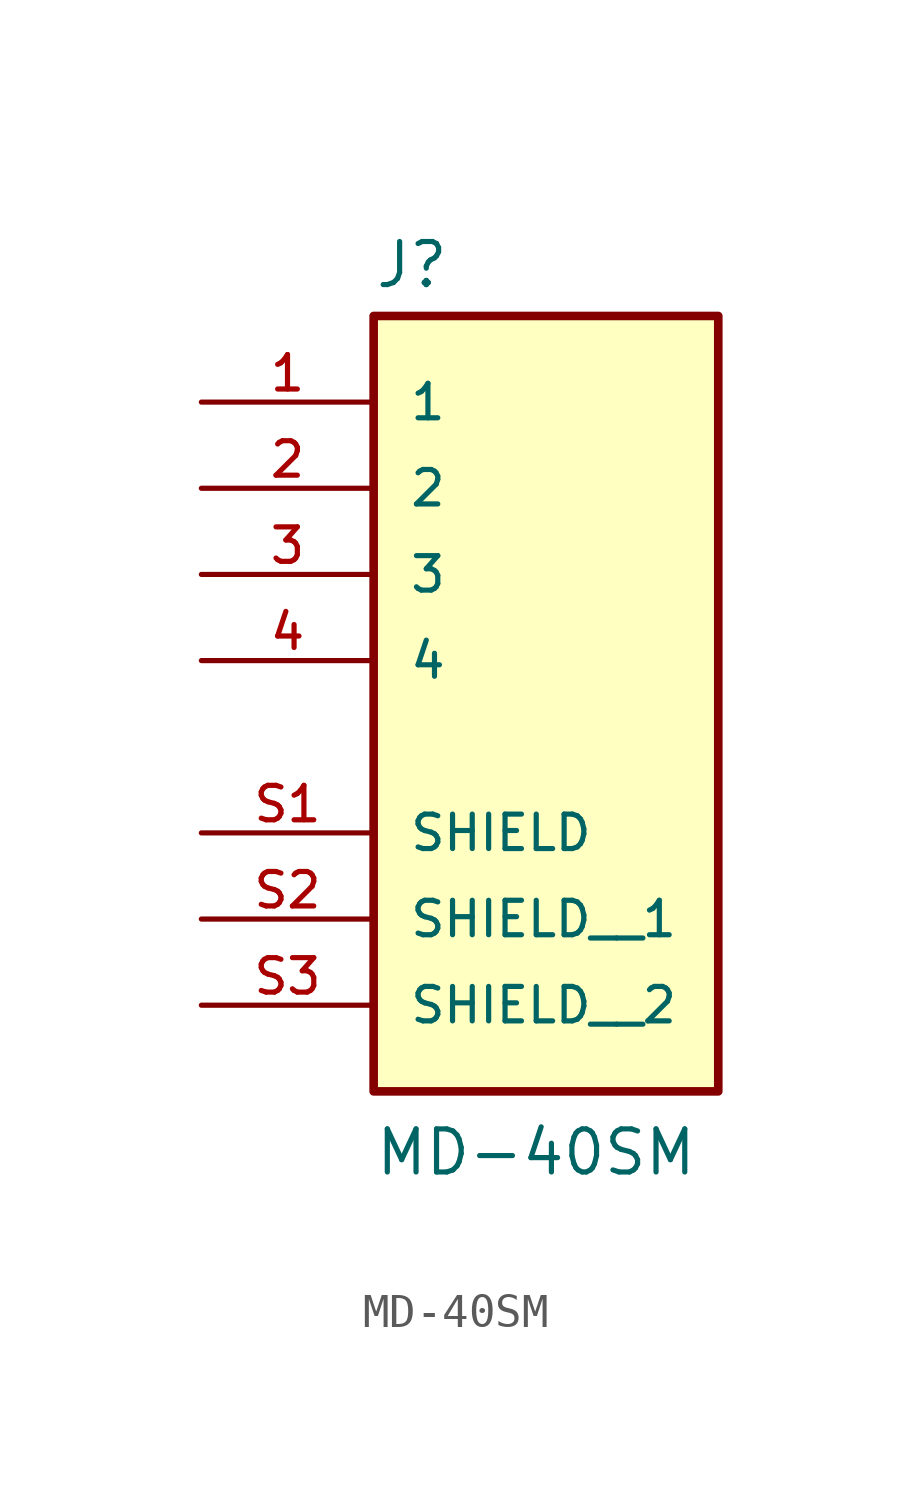
<source format=kicad_sym>
(kicad_symbol_lib
  (version 20231120)
  (generator "kicad_symbol_editor")
  (generator_version "8.0")
  (symbol "MD-40SM"
    (pin_names
      (offset 1.016))
    (property "Reference" "J"
      (at -5.08 8.382 0)
      (effects (font (size 1.27 1.27)) (justify left bottom)))
    (property "Value" "MD-40SM"
      (at -5.08 -17.78 0)
      (effects (font (size 1.27 1.27)) (justify left bottom)))
    (symbol "MD-40SM_0_0"
      (rectangle (start -5.08 -15.24) (end 5.08 7.62) (stroke (width 0.254) (type default)) (fill (type background)))
      (pin passive line (at -10.16 5.08 0) (length 5.08) (name "1" (effects (font (size 1.016 1.016)))) (number "1" (effects (font (size 1.016 1.016)))))
      (pin passive line (at -10.16 2.54 0) (length 5.08) (name "2" (effects (font (size 1.016 1.016)))) (number "2" (effects (font (size 1.016 1.016)))))
      (pin passive line (at -10.16 0 0) (length 5.08) (name "3" (effects (font (size 1.016 1.016)))) (number "3" (effects (font (size 1.016 1.016)))))
      (pin passive line (at -10.16 -2.54 0) (length 5.08) (name "4" (effects (font (size 1.016 1.016)))) (number "4" (effects (font (size 1.016 1.016)))))
      (pin passive line (at -10.16 -7.62 0) (length 5.08) (name "SHIELD" (effects (font (size 1.016 1.016)))) (number "S1" (effects (font (size 1.016 1.016)))))
      (pin passive line (at -10.16 -10.16 0) (length 5.08) (name "SHIELD__1" (effects (font (size 1.016 1.016)))) (number "S2" (effects (font (size 1.016 1.016)))))
      (pin passive line (at -10.16 -12.7 0) (length 5.08) (name "SHIELD__2" (effects (font (size 1.016 1.016)))) (number "S3" (effects (font (size 1.016 1.016))))))))
</source>
